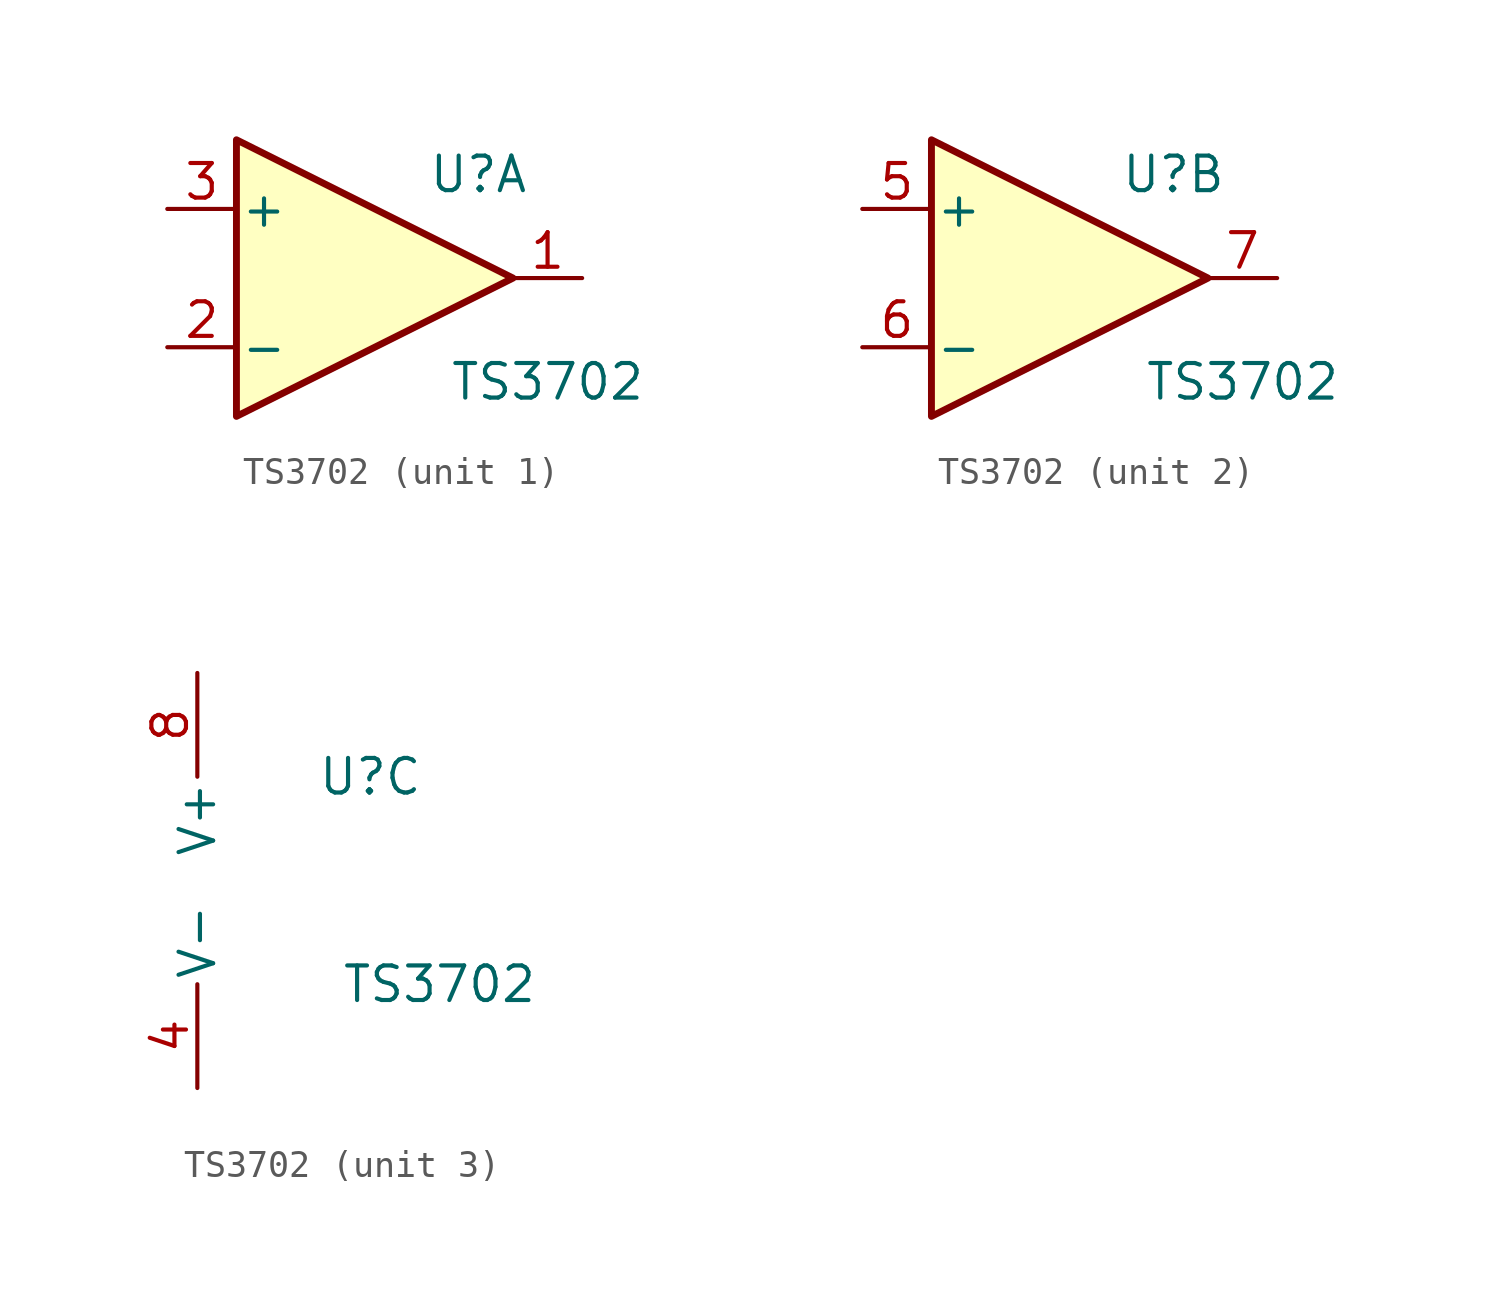
<source format=kicad_sym>
(kicad_symbol_lib
  (version 20220914)
  (generator kicad_symbol_editor)
  (symbol "TS3702"
    (pin_names
      (offset 0.127))
    (property "Reference" "U"
      (at 3.81 3.81 0)
      (effects (font (size 1.27 1.27))))
    (property "Value" "TS3702"
      (at 6.35 -3.81 0)
      (effects (font (size 1.27 1.27))))
    (property "ki_locked" ""
      (at 0 0 0)
      (effects (font (size 1.27 1.27))))
    (symbol "TS3702_1_1"
      (polyline (pts (xy -5.08 5.08) (xy 5.08 0) (xy -5.08 -5.08) (xy -5.08 5.08)) (stroke (width 0.254) (type default)) (fill (type background)))
      (pin output line (at 7.62 0 180) (length 2.54) (name "~" (effects (font (size 1.27 1.27)))) (number "1" (effects (font (size 1.27 1.27)))))
      (pin input line (at -7.62 -2.54 0) (length 2.54) (name "-" (effects (font (size 1.27 1.27)))) (number "2" (effects (font (size 1.27 1.27)))))
      (pin input line (at -7.62 2.54 0) (length 2.54) (name "+" (effects (font (size 1.27 1.27)))) (number "3" (effects (font (size 1.27 1.27))))))
    (symbol "TS3702_2_1"
      (polyline (pts (xy -5.08 5.08) (xy 5.08 0) (xy -5.08 -5.08) (xy -5.08 5.08)) (stroke (width 0.254) (type default)) (fill (type background)))
      (pin input line (at -7.62 2.54 0) (length 2.54) (name "+" (effects (font (size 1.27 1.27)))) (number "5" (effects (font (size 1.27 1.27)))))
      (pin input line (at -7.62 -2.54 0) (length 2.54) (name "-" (effects (font (size 1.27 1.27)))) (number "6" (effects (font (size 1.27 1.27)))))
      (pin output line (at 7.62 0 180) (length 2.54) (name "~" (effects (font (size 1.27 1.27)))) (number "7" (effects (font (size 1.27 1.27))))))
    (symbol "TS3702_3_1"
      (pin power_in line (at -2.54 -7.62 90) (length 3.81) (name "V-" (effects (font (size 1.27 1.27)))) (number "4" (effects (font (size 1.27 1.27)))))
      (pin power_in line (at -2.54 7.62 270) (length 3.81) (name "V+" (effects (font (size 1.27 1.27)))) (number "8" (effects (font (size 1.27 1.27))))))))
</source>
